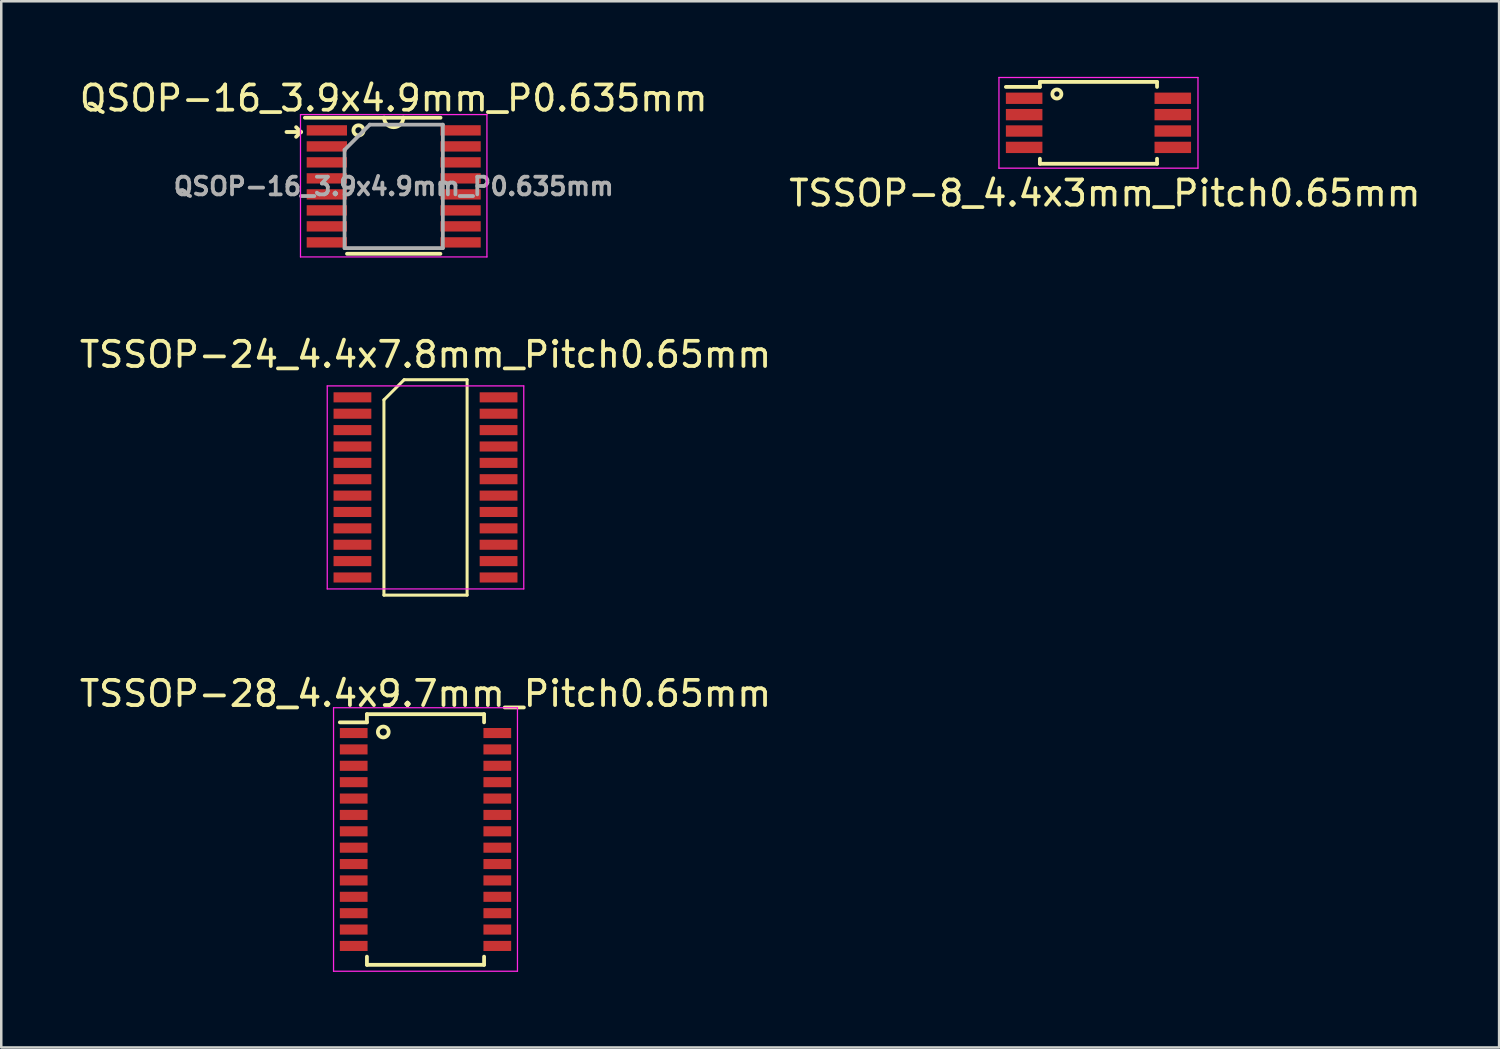
<source format=kicad_pcb>
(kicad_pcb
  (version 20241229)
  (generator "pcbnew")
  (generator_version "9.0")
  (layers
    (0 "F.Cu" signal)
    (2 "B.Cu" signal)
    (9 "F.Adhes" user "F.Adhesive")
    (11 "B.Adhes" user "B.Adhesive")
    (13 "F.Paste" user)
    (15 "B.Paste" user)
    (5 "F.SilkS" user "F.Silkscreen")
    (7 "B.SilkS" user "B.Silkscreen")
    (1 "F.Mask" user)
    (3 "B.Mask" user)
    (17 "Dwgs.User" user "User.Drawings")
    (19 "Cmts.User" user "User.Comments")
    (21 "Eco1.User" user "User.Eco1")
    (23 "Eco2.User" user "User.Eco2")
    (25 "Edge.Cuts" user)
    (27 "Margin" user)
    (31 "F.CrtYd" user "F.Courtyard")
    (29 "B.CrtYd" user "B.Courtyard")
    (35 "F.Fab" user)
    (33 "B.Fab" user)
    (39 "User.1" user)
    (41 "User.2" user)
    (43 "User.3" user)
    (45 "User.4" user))
  (footprint "TSSOP-28_4.4x9.7mm_Pitch0.65mm"
    (layer "F.Cu")
    (at 13.839 30.271)
    (property "Reference" "TSSOP-28_4.4x9.7mm_Pitch0.65mm" (at 0 -5.791 0) (layer "F.SilkS") (effects (font (size 1 1) (thickness 0.15))))
    (attr smd)
    (fp_line (start -2.325 -4.975) (end -2.325 -4.65) (stroke (width 0.15) (type solid)) (layer "F.SilkS"))
    (fp_line (start -2.325 -4.975) (end 2.325 -4.975) (stroke (width 0.15) (type solid)) (layer "F.SilkS"))
    (fp_line (start -2.325 -4.65) (end -3.4 -4.65) (stroke (width 0.15) (type solid)) (layer "F.SilkS"))
    (fp_line (start -2.325 4.975) (end -2.325 4.65) (stroke (width 0.15) (type solid)) (layer "F.SilkS"))
    (fp_line (start -2.325 4.975) (end 2.325 4.975) (stroke (width 0.15) (type solid)) (layer "F.SilkS"))
    (fp_line (start 2.325 -4.975) (end 2.325 -4.65) (stroke (width 0.15) (type solid)) (layer "F.SilkS"))
    (fp_line (start 2.325 4.975) (end 2.325 4.65) (stroke (width 0.15) (type solid)) (layer "F.SilkS"))
    (fp_circle (center -1.676 -4.267) (end -1.524 -4.115) (stroke (width 0.15) (type solid)) (fill no) (layer "F.SilkS"))
    (fp_line (start -3.65 -5.23) (end -3.65 5.23) (stroke (width 0.05) (type solid)) (layer "F.CrtYd"))
    (fp_line (start -3.65 -5.23) (end 3.65 -5.23) (stroke (width 0.05) (type solid)) (layer "F.CrtYd"))
    (fp_line (start -3.65 5.23) (end 3.65 5.23) (stroke (width 0.05) (type solid)) (layer "F.CrtYd"))
    (fp_line (start 3.65 -5.23) (end 3.65 5.23) (stroke (width 0.05) (type solid)) (layer "F.CrtYd"))
    (pad "1" smd rect (at -2.85 -4.225) (size 1.1 0.4) (layers "F.Cu" "F.Mask" "F.Paste"))
    (pad "2" smd rect (at -2.85 -3.575) (size 1.1 0.4) (layers "F.Cu" "F.Mask" "F.Paste"))
    (pad "3" smd rect (at -2.85 -2.925) (size 1.1 0.4) (layers "F.Cu" "F.Mask" "F.Paste"))
    (pad "4" smd rect (at -2.85 -2.275) (size 1.1 0.4) (layers "F.Cu" "F.Mask" "F.Paste"))
    (pad "5" smd rect (at -2.85 -1.625) (size 1.1 0.4) (layers "F.Cu" "F.Mask" "F.Paste"))
    (pad "6" smd rect (at -2.85 -0.975) (size 1.1 0.4) (layers "F.Cu" "F.Mask" "F.Paste"))
    (pad "7" smd rect (at -2.85 -0.325) (size 1.1 0.4) (layers "F.Cu" "F.Mask" "F.Paste"))
    (pad "8" smd rect (at -2.85 0.325) (size 1.1 0.4) (layers "F.Cu" "F.Mask" "F.Paste"))
    (pad "9" smd rect (at -2.85 0.975) (size 1.1 0.4) (layers "F.Cu" "F.Mask" "F.Paste"))
    (pad "10" smd rect (at -2.85 1.625) (size 1.1 0.4) (layers "F.Cu" "F.Mask" "F.Paste"))
    (pad "11" smd rect (at -2.85 2.275) (size 1.1 0.4) (layers "F.Cu" "F.Mask" "F.Paste"))
    (pad "12" smd rect (at -2.85 2.925) (size 1.1 0.4) (layers "F.Cu" "F.Mask" "F.Paste"))
    (pad "13" smd rect (at -2.85 3.575) (size 1.1 0.4) (layers "F.Cu" "F.Mask" "F.Paste"))
    (pad "14" smd rect (at -2.85 4.225) (size 1.1 0.4) (layers "F.Cu" "F.Mask" "F.Paste"))
    (pad "15" smd rect (at 2.85 4.225) (size 1.1 0.4) (layers "F.Cu" "F.Mask" "F.Paste"))
    (pad "16" smd rect (at 2.85 3.575) (size 1.1 0.4) (layers "F.Cu" "F.Mask" "F.Paste"))
    (pad "17" smd rect (at 2.85 2.925) (size 1.1 0.4) (layers "F.Cu" "F.Mask" "F.Paste"))
    (pad "18" smd rect (at 2.85 2.275) (size 1.1 0.4) (layers "F.Cu" "F.Mask" "F.Paste"))
    (pad "19" smd rect (at 2.85 1.625) (size 1.1 0.4) (layers "F.Cu" "F.Mask" "F.Paste"))
    (pad "20" smd rect (at 2.85 0.975) (size 1.1 0.4) (layers "F.Cu" "F.Mask" "F.Paste"))
    (pad "21" smd rect (at 2.85 0.325) (size 1.1 0.4) (layers "F.Cu" "F.Mask" "F.Paste"))
    (pad "22" smd rect (at 2.85 -0.325) (size 1.1 0.4) (layers "F.Cu" "F.Mask" "F.Paste"))
    (pad "23" smd rect (at 2.85 -0.975) (size 1.1 0.4) (layers "F.Cu" "F.Mask" "F.Paste"))
    (pad "24" smd rect (at 2.85 -1.625) (size 1.1 0.4) (layers "F.Cu" "F.Mask" "F.Paste"))
    (pad "25" smd rect (at 2.85 -2.275) (size 1.1 0.4) (layers "F.Cu" "F.Mask" "F.Paste"))
    (pad "26" smd rect (at 2.85 -2.925) (size 1.1 0.4) (layers "F.Cu" "F.Mask" "F.Paste"))
    (pad "27" smd rect (at 2.85 -3.575) (size 1.1 0.4) (layers "F.Cu" "F.Mask" "F.Paste"))
    (pad "28" smd rect (at 2.85 -4.225) (size 1.1 0.4) (layers "F.Cu" "F.Mask" "F.Paste")))
  (footprint "TSSOP-8_4.4x3mm_Pitch0.65mm"
    (layer "F.Cu")
    (at 40.55 1.825)
    (property "Reference" "TSSOP-8_4.4x3mm_Pitch0.65mm" (at 0.254 2.794 0) (layer "F.SilkS") (effects (font (size 1 1) (thickness 0.15))))
    (attr smd)
    (fp_line (start -2.325 -1.625) (end -2.325 -1.425) (stroke (width 0.15) (type solid)) (layer "F.SilkS"))
    (fp_line (start -2.325 -1.625) (end 2.325 -1.625) (stroke (width 0.15) (type solid)) (layer "F.SilkS"))
    (fp_line (start -2.325 -1.425) (end -3.675 -1.425) (stroke (width 0.15) (type solid)) (layer "F.SilkS"))
    (fp_line (start -2.325 1.625) (end -2.325 1.425) (stroke (width 0.15) (type solid)) (layer "F.SilkS"))
    (fp_line (start -2.325 1.625) (end 2.325 1.625) (stroke (width 0.15) (type solid)) (layer "F.SilkS"))
    (fp_line (start 2.325 -1.625) (end 2.325 -1.425) (stroke (width 0.15) (type solid)) (layer "F.SilkS"))
    (fp_line (start 2.325 1.625) (end 2.325 1.425) (stroke (width 0.15) (type solid)) (layer "F.SilkS"))
    (fp_circle (center -1.651 -1.143) (end -1.524 -1.016) (stroke (width 0.15) (type solid)) (fill no) (layer "F.SilkS"))
    (fp_line (start -3.95 -1.8) (end -3.95 1.8) (stroke (width 0.05) (type solid)) (layer "F.CrtYd"))
    (fp_line (start -3.95 -1.8) (end 3.95 -1.8) (stroke (width 0.05) (type solid)) (layer "F.CrtYd"))
    (fp_line (start -3.95 1.8) (end 3.95 1.8) (stroke (width 0.05) (type solid)) (layer "F.CrtYd"))
    (fp_line (start 3.95 -1.8) (end 3.95 1.8) (stroke (width 0.05) (type solid)) (layer "F.CrtYd"))
    (pad "1" smd rect (at -2.95 -0.975) (size 1.45 0.45) (layers "F.Cu" "F.Mask" "F.Paste"))
    (pad "2" smd rect (at -2.95 -0.325) (size 1.45 0.45) (layers "F.Cu" "F.Mask" "F.Paste"))
    (pad "3" smd rect (at -2.95 0.325) (size 1.45 0.45) (layers "F.Cu" "F.Mask" "F.Paste"))
    (pad "4" smd rect (at -2.95 0.975) (size 1.45 0.45) (layers "F.Cu" "F.Mask" "F.Paste"))
    (pad "5" smd rect (at 2.95 0.975) (size 1.45 0.45) (layers "F.Cu" "F.Mask" "F.Paste"))
    (pad "6" smd rect (at 2.95 0.325) (size 1.45 0.45) (layers "F.Cu" "F.Mask" "F.Paste"))
    (pad "7" smd rect (at 2.95 -0.325) (size 1.45 0.45) (layers "F.Cu" "F.Mask" "F.Paste"))
    (pad "8" smd rect (at 2.95 -0.975) (size 1.45 0.45) (layers "F.Cu" "F.Mask" "F.Paste")))
  (footprint "QSOP-16_3.9x4.9mm_P0.635mm"
    (layer "F.Cu")
    (at 12.577 4.348)
    (property "Reference" "QSOP-16_3.9x4.9mm_P0.635mm" (at 0 -3.5 0) (layer "F.SilkS") (effects (font (size 1 1) (thickness 0.15))))
    (attr smd)
    (fp_line (start -4.255 -2.159) (end -3.683 -2.159) (stroke (width 0.152) (type solid)) (layer "F.SilkS"))
    (fp_line (start -3.683 -2.159) (end -3.873 -2.349) (stroke (width 0.152) (type solid)) (layer "F.SilkS"))
    (fp_line (start -3.683 -2.159) (end -3.873 -1.968) (stroke (width 0.152) (type solid)) (layer "F.SilkS"))
    (fp_line (start -3.525 -2.725) (end 1.859 -2.725) (stroke (width 0.15) (type solid)) (layer "F.SilkS"))
    (fp_line (start -1.854 2.675) (end 1.854 2.675) (stroke (width 0.15) (type solid)) (layer "F.SilkS"))
    (fp_arc (start 0.381 -2.7305) (mid 0 -2.3495) (end -0.381 -2.7305) (stroke (width 0.1524) (type solid)) (layer "F.SilkS"))
    (fp_circle (center -1.397 -2.223) (end -1.206 -2.159) (stroke (width 0.152) (type solid)) (fill no) (layer "F.SilkS"))
    (fp_line (start -3.7 -2.85) (end -3.7 2.8) (stroke (width 0.05) (type solid)) (layer "F.CrtYd"))
    (fp_line (start -3.7 -2.85) (end 3.7 -2.85) (stroke (width 0.05) (type solid)) (layer "F.CrtYd"))
    (fp_line (start -3.7 2.8) (end 3.7 2.8) (stroke (width 0.05) (type solid)) (layer "F.CrtYd"))
    (fp_line (start 3.7 -2.85) (end 3.7 2.8) (stroke (width 0.05) (type solid)) (layer "F.CrtYd"))
    (fp_line (start -1.95 -1.45) (end -0.95 -2.45) (stroke (width 0.15) (type solid)) (layer "F.Fab"))
    (fp_line (start -1.95 2.45) (end -1.95 -1.45) (stroke (width 0.15) (type solid)) (layer "F.Fab"))
    (fp_line (start -0.95 -2.45) (end 1.95 -2.45) (stroke (width 0.15) (type solid)) (layer "F.Fab"))
    (fp_line (start 1.95 -2.45) (end 1.95 2.45) (stroke (width 0.15) (type solid)) (layer "F.Fab"))
    (fp_line (start 1.95 2.45) (end -1.95 2.45) (stroke (width 0.15) (type solid)) (layer "F.Fab"))
    (fp_text user "${REFERENCE}" (at 0 0 0) (layer "F.Fab") (effects (font (size 0.7 0.7) (thickness 0.15))))
    (pad "1" smd rect (at -2.654 -2.223) (size 1.6 0.41) (layers "F.Cu" "F.Mask" "F.Paste"))
    (pad "2" smd rect (at -2.654 -1.587) (size 1.6 0.41) (layers "F.Cu" "F.Mask" "F.Paste"))
    (pad "3" smd rect (at -2.654 -0.953) (size 1.6 0.41) (layers "F.Cu" "F.Mask" "F.Paste"))
    (pad "4" smd rect (at -2.654 -0.318) (size 1.6 0.41) (layers "F.Cu" "F.Mask" "F.Paste"))
    (pad "5" smd rect (at -2.654 0.318) (size 1.6 0.41) (layers "F.Cu" "F.Mask" "F.Paste"))
    (pad "6" smd rect (at -2.654 0.953) (size 1.6 0.41) (layers "F.Cu" "F.Mask" "F.Paste"))
    (pad "7" smd rect (at -2.654 1.587) (size 1.6 0.41) (layers "F.Cu" "F.Mask" "F.Paste"))
    (pad "8" smd rect (at -2.654 2.223) (size 1.6 0.41) (layers "F.Cu" "F.Mask" "F.Paste"))
    (pad "9" smd rect (at 2.654 2.223) (size 1.6 0.41) (layers "F.Cu" "F.Mask" "F.Paste"))
    (pad "10" smd rect (at 2.654 1.587) (size 1.6 0.41) (layers "F.Cu" "F.Mask" "F.Paste"))
    (pad "11" smd rect (at 2.654 0.953) (size 1.6 0.41) (layers "F.Cu" "F.Mask" "F.Paste"))
    (pad "12" smd rect (at 2.654 0.318) (size 1.6 0.41) (layers "F.Cu" "F.Mask" "F.Paste"))
    (pad "13" smd rect (at 2.654 -0.318) (size 1.6 0.41) (layers "F.Cu" "F.Mask" "F.Paste"))
    (pad "14" smd rect (at 2.654 -0.953) (size 1.6 0.41) (layers "F.Cu" "F.Mask" "F.Paste"))
    (pad "15" smd rect (at 2.654 -1.587) (size 1.6 0.41) (layers "F.Cu" "F.Mask" "F.Paste"))
    (pad "16" smd rect (at 2.654 -2.223) (size 1.6 0.41) (layers "F.Cu" "F.Mask" "F.Paste")))
  (footprint "TSSOP-24_4.4x7.8mm_Pitch0.65mm"
    (layer "F.Cu")
    (at 13.776 16.36)
    (property "Reference" "TSSOP-24_4.4x7.8mm_Pitch0.65mm" (at 0.064 -5.338 0) (layer "F.SilkS") (effects (font (size 1 1) (thickness 0.15))))
    (attr smd)
    (fp_line (start -1.587 -3.538) (end -0.786 -4.338) (stroke (width 0.12) (type solid)) (layer "F.SilkS"))
    (fp_line (start -1.587 4.212) (end -1.587 -3.538) (stroke (width 0.12) (type solid)) (layer "F.SilkS"))
    (fp_line (start -0.786 -4.338) (end 1.714 -4.338) (stroke (width 0.12) (type solid)) (layer "F.SilkS"))
    (fp_line (start 1.714 -4.338) (end 1.714 4.212) (stroke (width 0.12) (type solid)) (layer "F.SilkS"))
    (fp_line (start 1.714 4.212) (end -1.587 4.212) (stroke (width 0.12) (type solid)) (layer "F.SilkS"))
    (fp_line (start -3.837 -4.093) (end 3.963 -4.093) (stroke (width 0.05) (type solid)) (layer "F.CrtYd"))
    (fp_line (start -3.837 3.966) (end -3.837 -4.093) (stroke (width 0.05) (type solid)) (layer "F.CrtYd"))
    (fp_line (start 3.963 -4.093) (end 3.963 3.966) (stroke (width 0.05) (type solid)) (layer "F.CrtYd"))
    (fp_line (start 3.963 3.966) (end -3.837 3.966) (stroke (width 0.05) (type solid)) (layer "F.CrtYd"))
    (pad "1" smd rect (at -2.837 -3.639 270) (size 0.4 1.5) (layers "F.Cu" "F.Mask" "F.Paste"))
    (pad "2" smd rect (at -2.837 -2.989 270) (size 0.4 1.5) (layers "F.Cu" "F.Mask" "F.Paste"))
    (pad "3" smd rect (at -2.837 -2.338 270) (size 0.4 1.5) (layers "F.Cu" "F.Mask" "F.Paste"))
    (pad "4" smd rect (at -2.837 -1.688 270) (size 0.4 1.5) (layers "F.Cu" "F.Mask" "F.Paste"))
    (pad "5" smd rect (at -2.837 -1.038 270) (size 0.4 1.5) (layers "F.Cu" "F.Mask" "F.Paste"))
    (pad "6" smd rect (at -2.837 -0.389 270) (size 0.4 1.5) (layers "F.Cu" "F.Mask" "F.Paste"))
    (pad "7" smd rect (at -2.837 0.262 270) (size 0.4 1.5) (layers "F.Cu" "F.Mask" "F.Paste"))
    (pad "8" smd rect (at -2.837 0.911 270) (size 0.4 1.5) (layers "F.Cu" "F.Mask" "F.Paste"))
    (pad "9" smd rect (at -2.837 1.562 270) (size 0.4 1.5) (layers "F.Cu" "F.Mask" "F.Paste"))
    (pad "10" smd rect (at -2.837 2.212 270) (size 0.4 1.5) (layers "F.Cu" "F.Mask" "F.Paste"))
    (pad "11" smd rect (at -2.837 2.861 270) (size 0.4 1.5) (layers "F.Cu" "F.Mask" "F.Paste"))
    (pad "12" smd rect (at -2.837 3.511 270) (size 0.4 1.5) (layers "F.Cu" "F.Mask" "F.Paste"))
    (pad "13" smd rect (at 2.963 3.511 270) (size 0.4 1.5) (layers "F.Cu" "F.Mask" "F.Paste"))
    (pad "14" smd rect (at 2.963 2.861 270) (size 0.4 1.5) (layers "F.Cu" "F.Mask" "F.Paste"))
    (pad "15" smd rect (at 2.963 2.212 270) (size 0.4 1.5) (layers "F.Cu" "F.Mask" "F.Paste"))
    (pad "16" smd rect (at 2.963 1.562 270) (size 0.4 1.5) (layers "F.Cu" "F.Mask" "F.Paste"))
    (pad "17" smd rect (at 2.963 0.911 270) (size 0.4 1.5) (layers "F.Cu" "F.Mask" "F.Paste"))
    (pad "18" smd rect (at 2.963 0.262 270) (size 0.4 1.5) (layers "F.Cu" "F.Mask" "F.Paste"))
    (pad "19" smd rect (at 2.963 -0.389 270) (size 0.4 1.5) (layers "F.Cu" "F.Mask" "F.Paste"))
    (pad "20" smd rect (at 2.963 -1.038 270) (size 0.4 1.5) (layers "F.Cu" "F.Mask" "F.Paste"))
    (pad "21" smd rect (at 2.963 -1.688 270) (size 0.4 1.5) (layers "F.Cu" "F.Mask" "F.Paste"))
    (pad "22" smd rect (at 2.963 -2.338 270) (size 0.4 1.5) (layers "F.Cu" "F.Mask" "F.Paste"))
    (pad "23" smd rect (at 2.963 -2.989 270) (size 0.4 1.5) (layers "F.Cu" "F.Mask" "F.Paste"))
    (pad "24" smd rect (at 2.963 -3.639 270) (size 0.4 1.5) (layers "F.Cu" "F.Mask" "F.Paste")))
  (gr_rect
    (start -3 -3)
    (end 56.452 38.526)
    (stroke (width 0.1) (type default))
    (fill no)
    (layer "Edge.Cuts")))
</source>
